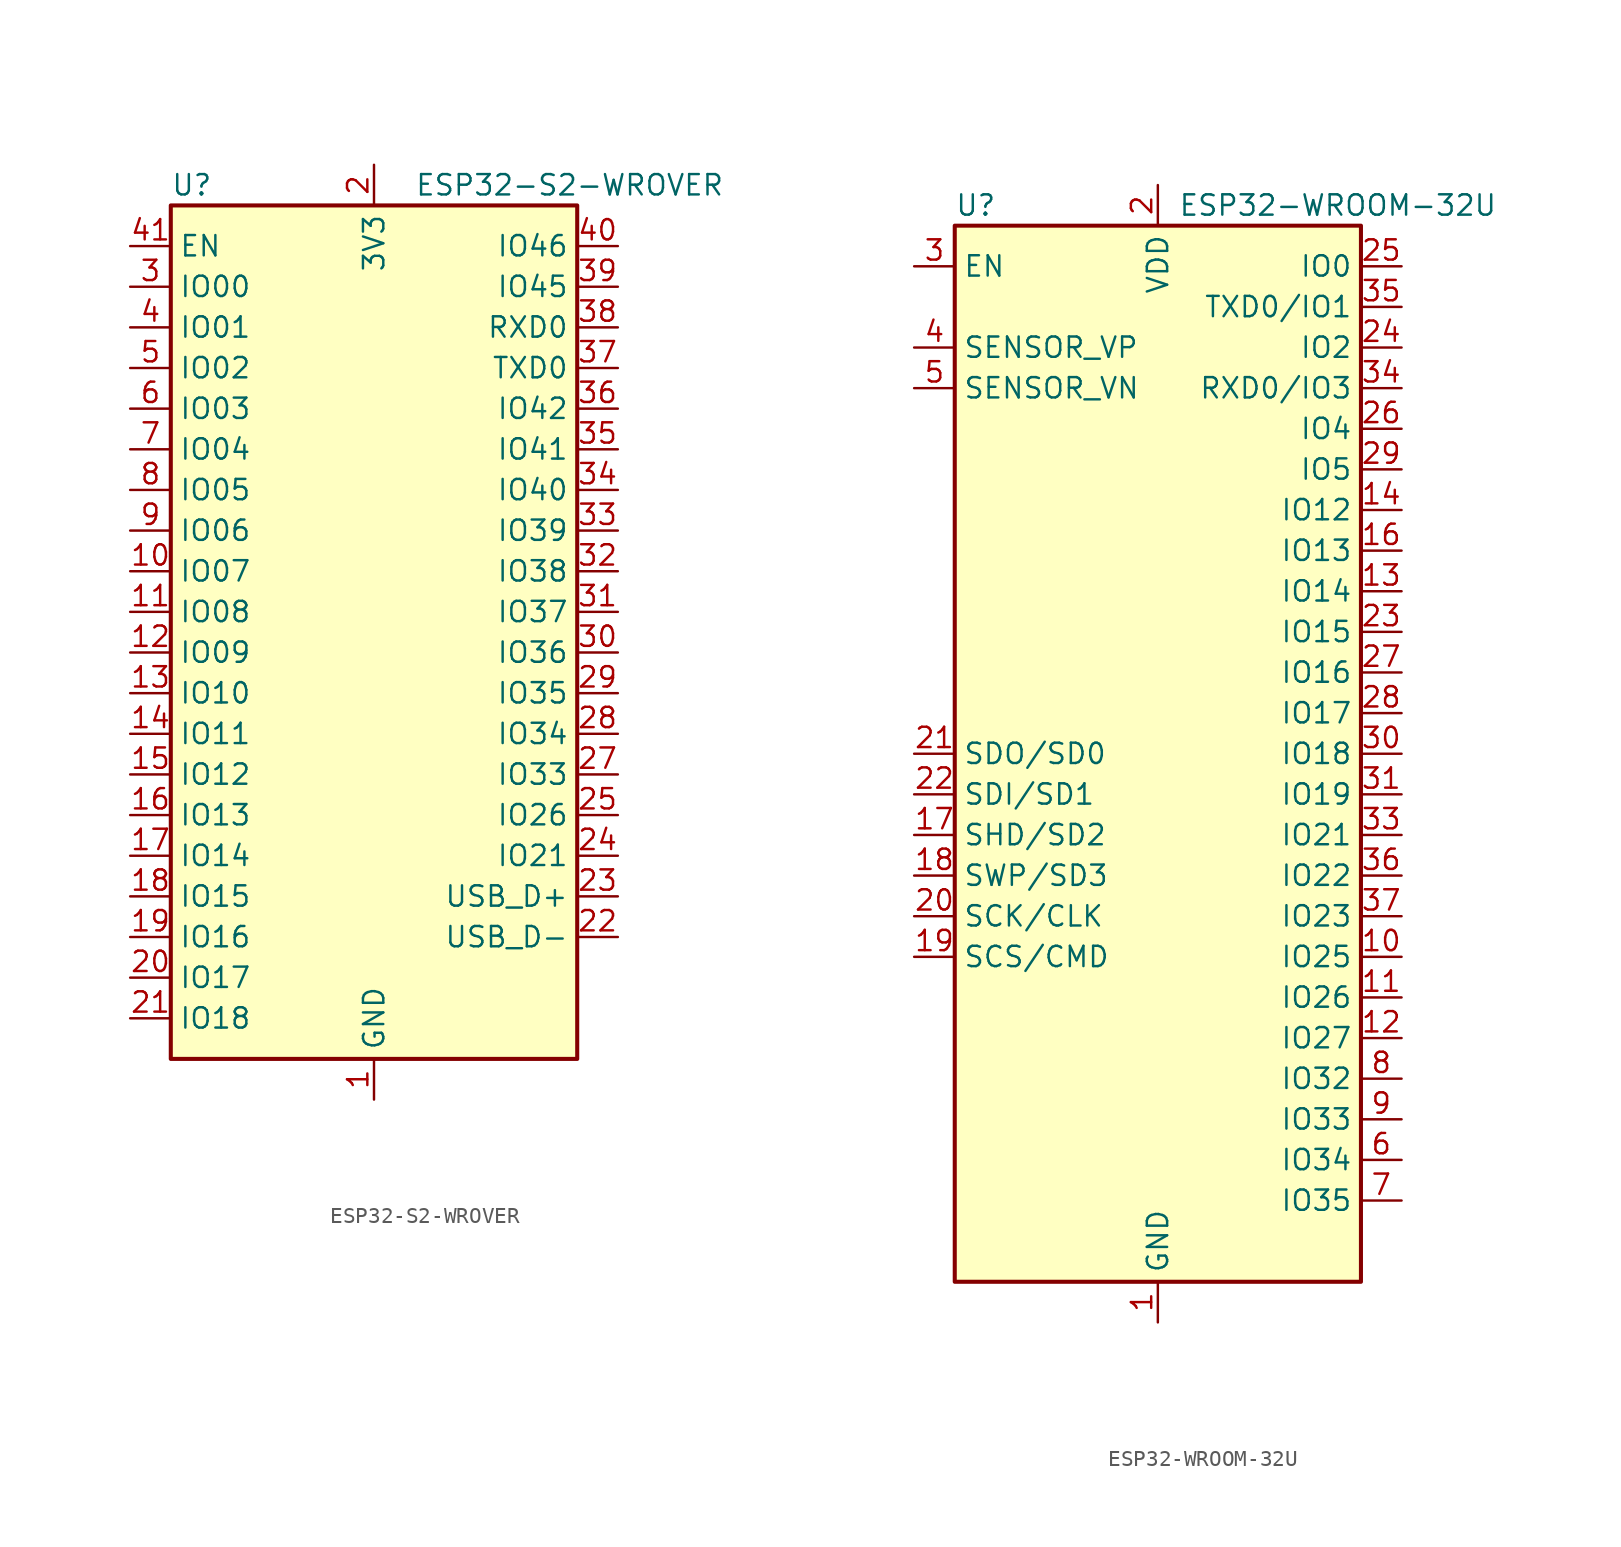
<source format=kicad_sym>
(kicad_symbol_lib
  (version 20201005)
  (generator kicad_symbol_editor)
  (symbol "ESP32-S2-WROVER"
    (property "Reference" "U"
      (at -12.7 29.21 0)
      (effects (font (size 1.27 1.27)) (justify left)))
    (property "Value" "ESP32-S2-WROVER"
      (at 2.54 29.21 0)
      (effects (font (size 1.27 1.27)) (justify left)))
    (symbol "ESP32-S2-WROVER_0_1"
      (rectangle (start -12.7 27.94) (end 12.7 -25.4) (stroke (width 0.254)) (fill (type background))))
    (symbol "ESP32-S2-WROVER_1_1"
      (pin power_in line (at 0 -27.94 90) (length 2.54) (name "GND" (effects (font (size 1.27 1.27)))) (number "1" (effects (font (size 1.27 1.27)))))
      (pin bidirectional line (at -15.24 5.08 0) (length 2.54) (name "IO07" (effects (font (size 1.27 1.27)))) (number "10" (effects (font (size 1.27 1.27)))))
      (pin bidirectional line (at -15.24 2.54 0) (length 2.54) (name "IO08" (effects (font (size 1.27 1.27)))) (number "11" (effects (font (size 1.27 1.27)))))
      (pin bidirectional line (at -15.24 0 0) (length 2.54) (name "IO09" (effects (font (size 1.27 1.27)))) (number "12" (effects (font (size 1.27 1.27)))))
      (pin bidirectional line (at -15.24 -2.54 0) (length 2.54) (name "IO10" (effects (font (size 1.27 1.27)))) (number "13" (effects (font (size 1.27 1.27)))))
      (pin bidirectional line (at -15.24 -5.08 0) (length 2.54) (name "IO11" (effects (font (size 1.27 1.27)))) (number "14" (effects (font (size 1.27 1.27)))))
      (pin bidirectional line (at -15.24 -7.62 0) (length 2.54) (name "IO12" (effects (font (size 1.27 1.27)))) (number "15" (effects (font (size 1.27 1.27)))))
      (pin bidirectional line (at -15.24 -10.16 0) (length 2.54) (name "IO13" (effects (font (size 1.27 1.27)))) (number "16" (effects (font (size 1.27 1.27)))))
      (pin bidirectional line (at -15.24 -12.7 0) (length 2.54) (name "IO14" (effects (font (size 1.27 1.27)))) (number "17" (effects (font (size 1.27 1.27)))))
      (pin bidirectional line (at -15.24 -15.24 0) (length 2.54) (name "IO15" (effects (font (size 1.27 1.27)))) (number "18" (effects (font (size 1.27 1.27)))))
      (pin bidirectional line (at -15.24 -17.78 0) (length 2.54) (name "IO16" (effects (font (size 1.27 1.27)))) (number "19" (effects (font (size 1.27 1.27)))))
      (pin power_in line (at 0 30.48 270) (length 2.54) (name "3V3" (effects (font (size 1.27 1.27)))) (number "2" (effects (font (size 1.27 1.27)))))
      (pin bidirectional line (at -15.24 -20.32 0) (length 2.54) (name "IO17" (effects (font (size 1.27 1.27)))) (number "20" (effects (font (size 1.27 1.27)))))
      (pin bidirectional line (at -15.24 -22.86 0) (length 2.54) (name "IO18" (effects (font (size 1.27 1.27)))) (number "21" (effects (font (size 1.27 1.27)))))
      (pin bidirectional line (at 15.24 -17.78 180) (length 2.54) (name "USB_D-" (effects (font (size 1.27 1.27)))) (number "22" (effects (font (size 1.27 1.27)))))
      (pin bidirectional line (at 15.24 -15.24 180) (length 2.54) (name "USB_D+" (effects (font (size 1.27 1.27)))) (number "23" (effects (font (size 1.27 1.27)))))
      (pin bidirectional line (at 15.24 -12.7 180) (length 2.54) (name "IO21" (effects (font (size 1.27 1.27)))) (number "24" (effects (font (size 1.27 1.27)))))
      (pin bidirectional line (at 15.24 -10.16 180) (length 2.54) (name "IO26" (effects (font (size 1.27 1.27)))) (number "25" (effects (font (size 1.27 1.27)))))
      (pin passive line (at 0 -27.94 90) (length 2.54) hide (name "GND" (effects (font (size 1.27 1.27)))) (number "26" (effects (font (size 1.27 1.27)))))
      (pin bidirectional line (at 15.24 -7.62 180) (length 2.54) (name "IO33" (effects (font (size 1.27 1.27)))) (number "27" (effects (font (size 1.27 1.27)))))
      (pin bidirectional line (at 15.24 -5.08 180) (length 2.54) (name "IO34" (effects (font (size 1.27 1.27)))) (number "28" (effects (font (size 1.27 1.27)))))
      (pin bidirectional line (at 15.24 -2.54 180) (length 2.54) (name "IO35" (effects (font (size 1.27 1.27)))) (number "29" (effects (font (size 1.27 1.27)))))
      (pin bidirectional line (at -15.24 22.86 0) (length 2.54) (name "IO00" (effects (font (size 1.27 1.27)))) (number "3" (effects (font (size 1.27 1.27)))))
      (pin bidirectional line (at 15.24 0 180) (length 2.54) (name "IO36" (effects (font (size 1.27 1.27)))) (number "30" (effects (font (size 1.27 1.27)))))
      (pin bidirectional line (at 15.24 2.54 180) (length 2.54) (name "IO37" (effects (font (size 1.27 1.27)))) (number "31" (effects (font (size 1.27 1.27)))))
      (pin bidirectional line (at 15.24 5.08 180) (length 2.54) (name "IO38" (effects (font (size 1.27 1.27)))) (number "32" (effects (font (size 1.27 1.27)))))
      (pin bidirectional line (at 15.24 7.62 180) (length 2.54) (name "IO39" (effects (font (size 1.27 1.27)))) (number "33" (effects (font (size 1.27 1.27)))))
      (pin bidirectional line (at 15.24 10.16 180) (length 2.54) (name "IO40" (effects (font (size 1.27 1.27)))) (number "34" (effects (font (size 1.27 1.27)))))
      (pin bidirectional line (at 15.24 12.7 180) (length 2.54) (name "IO41" (effects (font (size 1.27 1.27)))) (number "35" (effects (font (size 1.27 1.27)))))
      (pin bidirectional line (at 15.24 15.24 180) (length 2.54) (name "IO42" (effects (font (size 1.27 1.27)))) (number "36" (effects (font (size 1.27 1.27)))))
      (pin bidirectional line (at 15.24 17.78 180) (length 2.54) (name "TXD0" (effects (font (size 1.27 1.27)))) (number "37" (effects (font (size 1.27 1.27)))))
      (pin bidirectional line (at 15.24 20.32 180) (length 2.54) (name "RXD0" (effects (font (size 1.27 1.27)))) (number "38" (effects (font (size 1.27 1.27)))))
      (pin bidirectional line (at 15.24 22.86 180) (length 2.54) (name "IO45" (effects (font (size 1.27 1.27)))) (number "39" (effects (font (size 1.27 1.27)))))
      (pin bidirectional line (at -15.24 20.32 0) (length 2.54) (name "IO01" (effects (font (size 1.27 1.27)))) (number "4" (effects (font (size 1.27 1.27)))))
      (pin input line (at 15.24 25.4 180) (length 2.54) (name "IO46" (effects (font (size 1.27 1.27)))) (number "40" (effects (font (size 1.27 1.27)))))
      (pin input line (at -15.24 25.4 0) (length 2.54) (name "EN" (effects (font (size 1.27 1.27)))) (number "41" (effects (font (size 1.27 1.27)))))
      (pin passive line (at 0 -27.94 90) (length 2.54) hide (name "GND" (effects (font (size 1.27 1.27)))) (number "42" (effects (font (size 1.27 1.27)))))
      (pin passive line (at 0 -27.94 90) (length 2.54) hide (name "GND" (effects (font (size 1.27 1.27)))) (number "43" (effects (font (size 1.27 1.27)))))
      (pin bidirectional line (at -15.24 17.78 0) (length 2.54) (name "IO02" (effects (font (size 1.27 1.27)))) (number "5" (effects (font (size 1.27 1.27)))))
      (pin bidirectional line (at -15.24 15.24 0) (length 2.54) (name "IO03" (effects (font (size 1.27 1.27)))) (number "6" (effects (font (size 1.27 1.27)))))
      (pin bidirectional line (at -15.24 12.7 0) (length 2.54) (name "IO04" (effects (font (size 1.27 1.27)))) (number "7" (effects (font (size 1.27 1.27)))))
      (pin bidirectional line (at -15.24 10.16 0) (length 2.54) (name "IO05" (effects (font (size 1.27 1.27)))) (number "8" (effects (font (size 1.27 1.27)))))
      (pin bidirectional line (at -15.24 7.62 0) (length 2.54) (name "IO06" (effects (font (size 1.27 1.27)))) (number "9" (effects (font (size 1.27 1.27)))))))
  (symbol "ESP32-WROOM-32U"
    (property "Reference" "U"
      (at -12.7 34.29 0)
      (effects (font (size 1.27 1.27)) (justify left)))
    (property "Value" "ESP32-WROOM-32U"
      (at 1.27 34.29 0)
      (effects (font (size 1.27 1.27)) (justify left)))
    (symbol "ESP32-WROOM-32U_0_1"
      (rectangle (start -12.7 33.02) (end 12.7 -33.02) (stroke (width 0.254)) (fill (type background))))
    (symbol "ESP32-WROOM-32U_1_1"
      (pin power_in line (at 0 -35.56 90) (length 2.54) (name "GND" (effects (font (size 1.27 1.27)))) (number "1" (effects (font (size 1.27 1.27)))))
      (pin bidirectional line (at 15.24 -12.7 180) (length 2.54) (name "IO25" (effects (font (size 1.27 1.27)))) (number "10" (effects (font (size 1.27 1.27)))))
      (pin bidirectional line (at 15.24 -15.24 180) (length 2.54) (name "IO26" (effects (font (size 1.27 1.27)))) (number "11" (effects (font (size 1.27 1.27)))))
      (pin bidirectional line (at 15.24 -17.78 180) (length 2.54) (name "IO27" (effects (font (size 1.27 1.27)))) (number "12" (effects (font (size 1.27 1.27)))))
      (pin bidirectional line (at 15.24 10.16 180) (length 2.54) (name "IO14" (effects (font (size 1.27 1.27)))) (number "13" (effects (font (size 1.27 1.27)))))
      (pin bidirectional line (at 15.24 15.24 180) (length 2.54) (name "IO12" (effects (font (size 1.27 1.27)))) (number "14" (effects (font (size 1.27 1.27)))))
      (pin passive line (at 0 -35.56 90) (length 2.54) hide (name "GND" (effects (font (size 1.27 1.27)))) (number "15" (effects (font (size 1.27 1.27)))))
      (pin bidirectional line (at 15.24 12.7 180) (length 2.54) (name "IO13" (effects (font (size 1.27 1.27)))) (number "16" (effects (font (size 1.27 1.27)))))
      (pin bidirectional line (at -15.24 -5.08 0) (length 2.54) (name "SHD/SD2" (effects (font (size 1.27 1.27)))) (number "17" (effects (font (size 1.27 1.27)))))
      (pin bidirectional line (at -15.24 -7.62 0) (length 2.54) (name "SWP/SD3" (effects (font (size 1.27 1.27)))) (number "18" (effects (font (size 1.27 1.27)))))
      (pin bidirectional line (at -15.24 -12.7 0) (length 2.54) (name "SCS/CMD" (effects (font (size 1.27 1.27)))) (number "19" (effects (font (size 1.27 1.27)))))
      (pin power_in line (at 0 35.56 270) (length 2.54) (name "VDD" (effects (font (size 1.27 1.27)))) (number "2" (effects (font (size 1.27 1.27)))))
      (pin bidirectional line (at -15.24 -10.16 0) (length 2.54) (name "SCK/CLK" (effects (font (size 1.27 1.27)))) (number "20" (effects (font (size 1.27 1.27)))))
      (pin bidirectional line (at -15.24 0 0) (length 2.54) (name "SDO/SD0" (effects (font (size 1.27 1.27)))) (number "21" (effects (font (size 1.27 1.27)))))
      (pin bidirectional line (at -15.24 -2.54 0) (length 2.54) (name "SDI/SD1" (effects (font (size 1.27 1.27)))) (number "22" (effects (font (size 1.27 1.27)))))
      (pin bidirectional line (at 15.24 7.62 180) (length 2.54) (name "IO15" (effects (font (size 1.27 1.27)))) (number "23" (effects (font (size 1.27 1.27)))))
      (pin bidirectional line (at 15.24 25.4 180) (length 2.54) (name "IO2" (effects (font (size 1.27 1.27)))) (number "24" (effects (font (size 1.27 1.27)))))
      (pin bidirectional line (at 15.24 30.48 180) (length 2.54) (name "IO0" (effects (font (size 1.27 1.27)))) (number "25" (effects (font (size 1.27 1.27)))))
      (pin bidirectional line (at 15.24 20.32 180) (length 2.54) (name "IO4" (effects (font (size 1.27 1.27)))) (number "26" (effects (font (size 1.27 1.27)))))
      (pin bidirectional line (at 15.24 5.08 180) (length 2.54) (name "IO16" (effects (font (size 1.27 1.27)))) (number "27" (effects (font (size 1.27 1.27)))))
      (pin bidirectional line (at 15.24 2.54 180) (length 2.54) (name "IO17" (effects (font (size 1.27 1.27)))) (number "28" (effects (font (size 1.27 1.27)))))
      (pin bidirectional line (at 15.24 17.78 180) (length 2.54) (name "IO5" (effects (font (size 1.27 1.27)))) (number "29" (effects (font (size 1.27 1.27)))))
      (pin input line (at -15.24 30.48 0) (length 2.54) (name "EN" (effects (font (size 1.27 1.27)))) (number "3" (effects (font (size 1.27 1.27)))))
      (pin bidirectional line (at 15.24 0 180) (length 2.54) (name "IO18" (effects (font (size 1.27 1.27)))) (number "30" (effects (font (size 1.27 1.27)))))
      (pin bidirectional line (at 15.24 -2.54 180) (length 2.54) (name "IO19" (effects (font (size 1.27 1.27)))) (number "31" (effects (font (size 1.27 1.27)))))
      (pin no_connect line (at -12.7 -27.94 0) (length 2.54) hide (name "NC" (effects (font (size 1.27 1.27)))) (number "32" (effects (font (size 1.27 1.27)))))
      (pin bidirectional line (at 15.24 -5.08 180) (length 2.54) (name "IO21" (effects (font (size 1.27 1.27)))) (number "33" (effects (font (size 1.27 1.27)))))
      (pin bidirectional line (at 15.24 22.86 180) (length 2.54) (name "RXD0/IO3" (effects (font (size 1.27 1.27)))) (number "34" (effects (font (size 1.27 1.27)))))
      (pin bidirectional line (at 15.24 27.94 180) (length 2.54) (name "TXD0/IO1" (effects (font (size 1.27 1.27)))) (number "35" (effects (font (size 1.27 1.27)))))
      (pin bidirectional line (at 15.24 -7.62 180) (length 2.54) (name "IO22" (effects (font (size 1.27 1.27)))) (number "36" (effects (font (size 1.27 1.27)))))
      (pin bidirectional line (at 15.24 -10.16 180) (length 2.54) (name "IO23" (effects (font (size 1.27 1.27)))) (number "37" (effects (font (size 1.27 1.27)))))
      (pin passive line (at 0 -35.56 90) (length 2.54) hide (name "GND" (effects (font (size 1.27 1.27)))) (number "38" (effects (font (size 1.27 1.27)))))
      (pin passive line (at 0 -35.56 90) (length 2.54) hide (name "GND" (effects (font (size 1.27 1.27)))) (number "39" (effects (font (size 1.27 1.27)))))
      (pin input line (at -15.24 25.4 0) (length 2.54) (name "SENSOR_VP" (effects (font (size 1.27 1.27)))) (number "4" (effects (font (size 1.27 1.27)))))
      (pin input line (at -15.24 22.86 0) (length 2.54) (name "SENSOR_VN" (effects (font (size 1.27 1.27)))) (number "5" (effects (font (size 1.27 1.27)))))
      (pin input line (at 15.24 -25.4 180) (length 2.54) (name "IO34" (effects (font (size 1.27 1.27)))) (number "6" (effects (font (size 1.27 1.27)))))
      (pin input line (at 15.24 -27.94 180) (length 2.54) (name "IO35" (effects (font (size 1.27 1.27)))) (number "7" (effects (font (size 1.27 1.27)))))
      (pin bidirectional line (at 15.24 -20.32 180) (length 2.54) (name "IO32" (effects (font (size 1.27 1.27)))) (number "8" (effects (font (size 1.27 1.27)))))
      (pin bidirectional line (at 15.24 -22.86 180) (length 2.54) (name "IO33" (effects (font (size 1.27 1.27)))) (number "9" (effects (font (size 1.27 1.27))))))))
</source>
